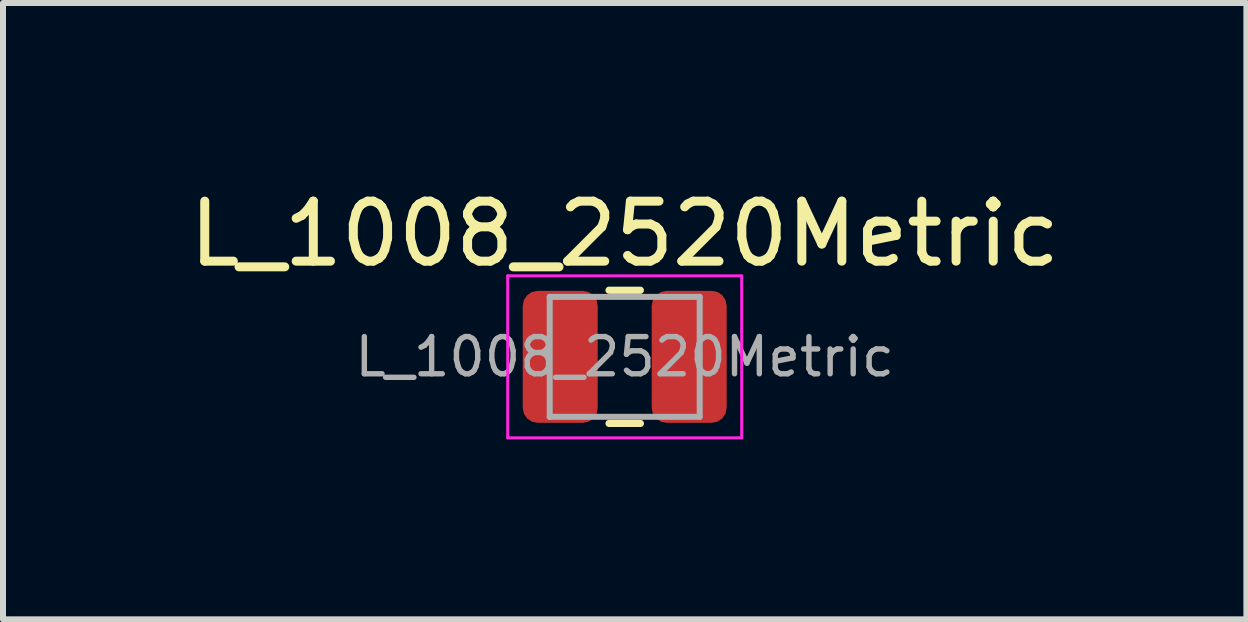
<source format=kicad_pcb>
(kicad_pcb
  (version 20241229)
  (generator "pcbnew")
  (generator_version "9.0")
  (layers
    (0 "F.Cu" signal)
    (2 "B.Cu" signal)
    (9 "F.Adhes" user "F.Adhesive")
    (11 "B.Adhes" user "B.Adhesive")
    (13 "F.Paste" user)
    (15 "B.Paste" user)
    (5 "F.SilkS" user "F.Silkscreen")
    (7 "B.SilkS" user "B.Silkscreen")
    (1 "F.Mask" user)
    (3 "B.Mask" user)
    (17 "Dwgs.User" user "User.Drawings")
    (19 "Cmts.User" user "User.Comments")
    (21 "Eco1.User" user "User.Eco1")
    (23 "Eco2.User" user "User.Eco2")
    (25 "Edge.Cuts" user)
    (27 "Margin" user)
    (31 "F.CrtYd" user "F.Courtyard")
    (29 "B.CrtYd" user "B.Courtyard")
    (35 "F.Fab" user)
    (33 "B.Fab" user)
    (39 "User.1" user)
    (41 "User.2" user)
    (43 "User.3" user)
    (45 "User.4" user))
  (footprint "L_1008_2520Metric"
    (layer "F.Cu")
    (at 7.363 2.898)
    (property "Reference" "L_1008_2520Metric" (at 0 -2.05 0) (layer "F.SilkS") (effects (font (size 1 1) (thickness 0.15))))
    (attr smd)
    (fp_line (start -0.261 -1.11) (end 0.261 -1.11) (stroke (width 0.12) (type solid)) (layer "F.SilkS"))
    (fp_line (start -0.261 1.11) (end 0.261 1.11) (stroke (width 0.12) (type solid)) (layer "F.SilkS"))
    (fp_line (start -1.95 -1.35) (end 1.95 -1.35) (stroke (width 0.05) (type solid)) (layer "F.CrtYd"))
    (fp_line (start -1.95 1.35) (end -1.95 -1.35) (stroke (width 0.05) (type solid)) (layer "F.CrtYd"))
    (fp_line (start 1.95 -1.35) (end 1.95 1.35) (stroke (width 0.05) (type solid)) (layer "F.CrtYd"))
    (fp_line (start 1.95 1.35) (end -1.95 1.35) (stroke (width 0.05) (type solid)) (layer "F.CrtYd"))
    (fp_line (start -1.25 -1) (end 1.25 -1) (stroke (width 0.1) (type solid)) (layer "F.Fab"))
    (fp_line (start -1.25 1) (end -1.25 -1) (stroke (width 0.1) (type solid)) (layer "F.Fab"))
    (fp_line (start 1.25 -1) (end 1.25 1) (stroke (width 0.1) (type solid)) (layer "F.Fab"))
    (fp_line (start 1.25 1) (end -1.25 1) (stroke (width 0.1) (type solid)) (layer "F.Fab"))
    (fp_text user "${REFERENCE}" (at 0 0 0) (layer "F.Fab") (effects (font (size 0.62 0.62) (thickness 0.09))))
    (pad "1" smd roundrect (at -1.075 0) (size 1.25 2.2) (layers "F.Cu" "F.Mask" "F.Paste") (roundrect_rratio 0.2))
    (pad "2" smd roundrect (at 1.075 0) (size 1.25 2.2) (layers "F.Cu" "F.Mask" "F.Paste") (roundrect_rratio 0.2)))
  (gr_rect
    (start -3 -3)
    (end 17.726 7.273)
    (stroke (width 0.1) (type default))
    (fill no)
    (layer "Edge.Cuts")))
</source>
